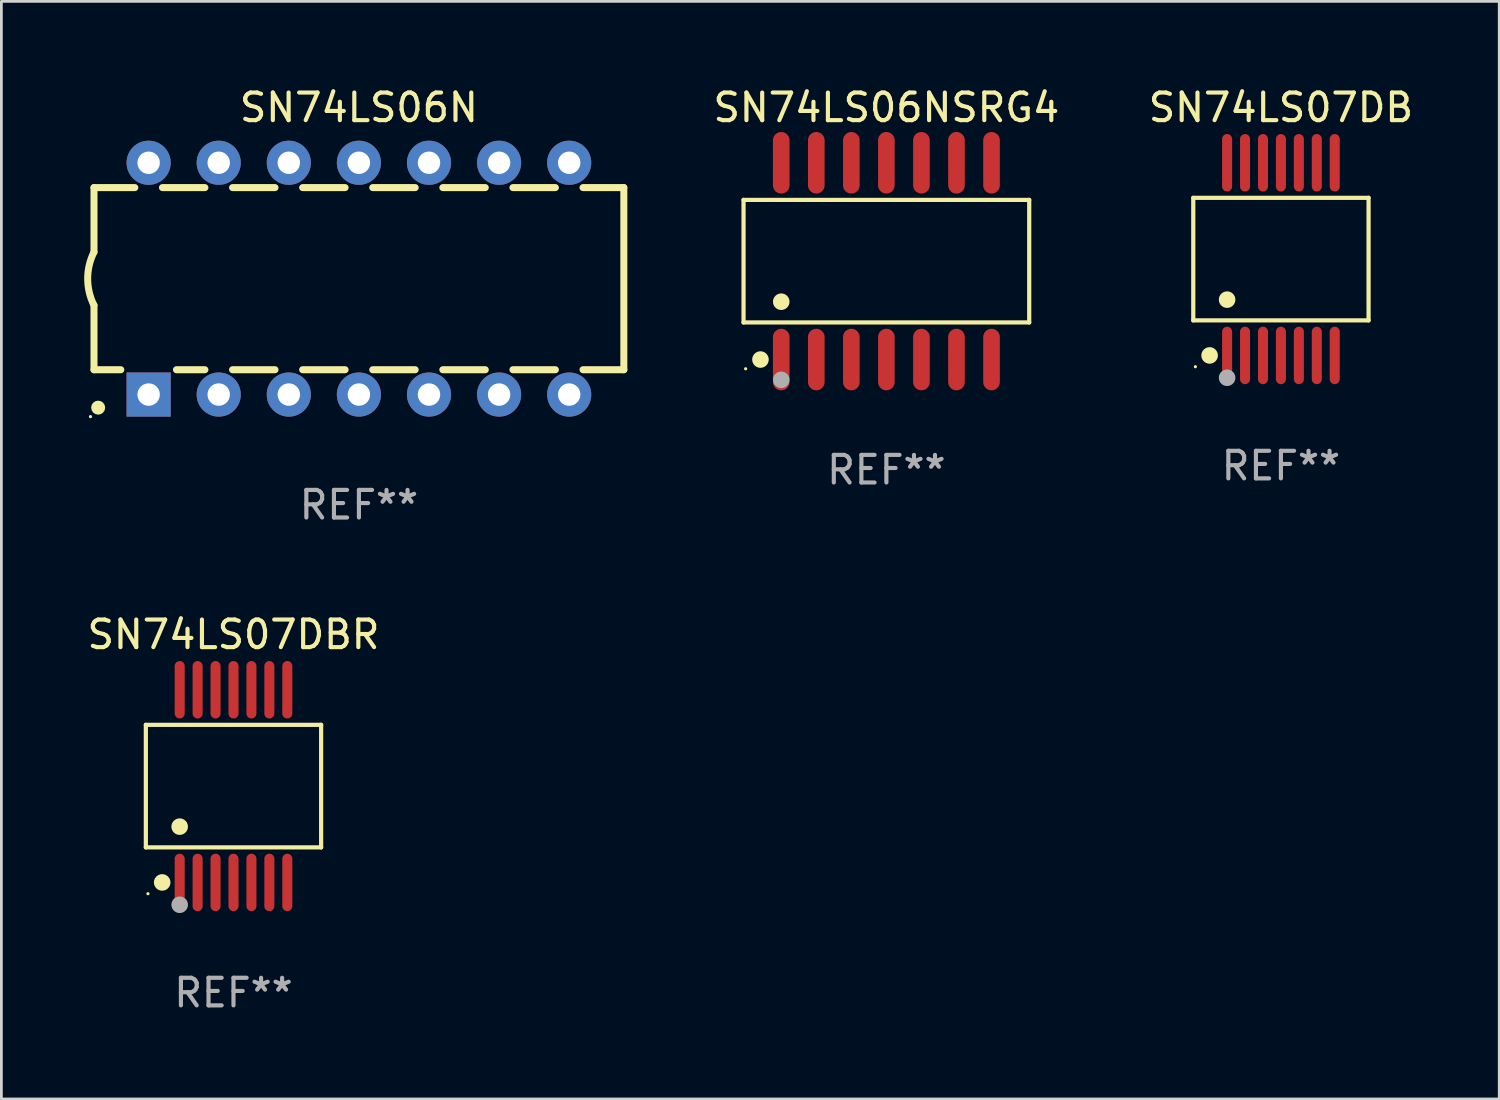
<source format=kicad_pcb>
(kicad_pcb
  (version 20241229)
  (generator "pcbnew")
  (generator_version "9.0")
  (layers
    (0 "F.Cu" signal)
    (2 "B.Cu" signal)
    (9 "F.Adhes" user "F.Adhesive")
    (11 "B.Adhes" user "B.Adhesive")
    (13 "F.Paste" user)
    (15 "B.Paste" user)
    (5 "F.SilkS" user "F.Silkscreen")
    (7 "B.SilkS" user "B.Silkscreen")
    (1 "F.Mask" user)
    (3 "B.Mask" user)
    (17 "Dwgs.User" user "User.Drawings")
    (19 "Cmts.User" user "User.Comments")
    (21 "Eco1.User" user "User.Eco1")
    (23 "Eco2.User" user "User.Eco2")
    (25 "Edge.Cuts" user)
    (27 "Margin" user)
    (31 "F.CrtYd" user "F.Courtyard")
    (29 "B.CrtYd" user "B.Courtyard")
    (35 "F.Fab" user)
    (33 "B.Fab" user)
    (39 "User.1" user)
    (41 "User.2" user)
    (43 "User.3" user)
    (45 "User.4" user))
  (footprint "SN74LS06NSRG4"
    (layer "F.Cu")
    (at 29.07 6.414)
    (property "Reference" "SN74LS06NSRG4" (at 0 -5.565 0) (layer "F.SilkS") (effects (font (size 1 1) (thickness 0.15))))
    (attr through_hole)
    (fp_line (start -5.176 -2.221) (end 5.176 -2.221) (stroke (width 0.152) (type solid)) (layer "F.SilkS"))
    (fp_line (start -5.176 2.221) (end -5.176 -2.221) (stroke (width 0.152) (type solid)) (layer "F.SilkS"))
    (fp_line (start 5.176 -2.221) (end 5.176 2.221) (stroke (width 0.152) (type solid)) (layer "F.SilkS"))
    (fp_line (start 5.176 2.221) (end -5.176 2.221) (stroke (width 0.152) (type solid)) (layer "F.SilkS"))
    (fp_circle (center -5.1 3.9) (end -5.07 3.9) (stroke (width 0.06) (type solid)) (fill no) (layer "F.SilkS"))
    (fp_circle (center -4.563 3.565) (end -4.413 3.565) (stroke (width 0.3) (type solid)) (fill no) (layer "F.SilkS"))
    (fp_circle (center -3.81 1.469) (end -3.66 1.469) (stroke (width 0.3) (type solid)) (fill no) (layer "F.SilkS"))
    (fp_circle (center -3.81 4.3) (end -3.66 4.3) (stroke (width 0.3) (type solid)) (fill no) (layer "F.Fab"))
    (fp_text user "REF**" (at 0 7.565 0) (layer "F.Fab") (effects (font (size 1 1) (thickness 0.15))))
    (pad "1" smd oval (at -3.81 3.565) (size 0.602 2.231) (layers "F.Cu" "F.Mask" "F.Paste"))
    (pad "2" smd oval (at -2.54 3.565) (size 0.602 2.231) (layers "F.Cu" "F.Mask" "F.Paste"))
    (pad "3" smd oval (at -1.27 3.565) (size 0.602 2.231) (layers "F.Cu" "F.Mask" "F.Paste"))
    (pad "4" smd oval (at 0 3.565) (size 0.602 2.231) (layers "F.Cu" "F.Mask" "F.Paste"))
    (pad "5" smd oval (at 1.27 3.565) (size 0.602 2.231) (layers "F.Cu" "F.Mask" "F.Paste"))
    (pad "6" smd oval (at 2.54 3.565) (size 0.602 2.231) (layers "F.Cu" "F.Mask" "F.Paste"))
    (pad "7" smd oval (at 3.81 3.565) (size 0.602 2.231) (layers "F.Cu" "F.Mask" "F.Paste"))
    (pad "8" smd oval (at 3.81 -3.565) (size 0.602 2.231) (layers "F.Cu" "F.Mask" "F.Paste"))
    (pad "9" smd oval (at 2.54 -3.565) (size 0.602 2.231) (layers "F.Cu" "F.Mask" "F.Paste"))
    (pad "10" smd oval (at 1.27 -3.565) (size 0.602 2.231) (layers "F.Cu" "F.Mask" "F.Paste"))
    (pad "11" smd oval (at 0 -3.565) (size 0.602 2.231) (layers "F.Cu" "F.Mask" "F.Paste"))
    (pad "12" smd oval (at -1.27 -3.565) (size 0.602 2.231) (layers "F.Cu" "F.Mask" "F.Paste"))
    (pad "13" smd oval (at -2.54 -3.565) (size 0.602 2.231) (layers "F.Cu" "F.Mask" "F.Paste"))
    (pad "14" smd oval (at -3.81 -3.565) (size 0.602 2.231) (layers "F.Cu" "F.Mask" "F.Paste")))
  (footprint "SN74LS06N"
    (layer "F.Cu")
    (at 9.956 7.048)
    (property "Reference" "SN74LS06N" (at 0 -6.2 0) (layer "F.SilkS") (effects (font (size 1 1) (thickness 0.15))))
    (attr through_hole)
    (fp_line (start -9.6 -3.3) (end -9.6 -0.965) (stroke (width 0.254) (type solid)) (layer "F.SilkS"))
    (fp_line (start -9.6 -3.3) (end -8.121 -3.3) (stroke (width 0.254) (type solid)) (layer "F.SilkS"))
    (fp_line (start -9.6 3.3) (end -9.6 0.965) (stroke (width 0.254) (type solid)) (layer "F.SilkS"))
    (fp_line (start -9.6 3.3) (end -8.628 3.3) (stroke (width 0.254) (type solid)) (layer "F.SilkS"))
    (fp_line (start -7.119 -3.3) (end -5.581 -3.3) (stroke (width 0.254) (type solid)) (layer "F.SilkS"))
    (fp_line (start -6.612 3.3) (end -5.581 3.3) (stroke (width 0.254) (type solid)) (layer "F.SilkS"))
    (fp_line (start -4.579 -3.3) (end -3.041 -3.3) (stroke (width 0.254) (type solid)) (layer "F.SilkS"))
    (fp_line (start -4.579 3.3) (end -3.041 3.3) (stroke (width 0.254) (type solid)) (layer "F.SilkS"))
    (fp_line (start -2.039 -3.3) (end -0.501 -3.3) (stroke (width 0.254) (type solid)) (layer "F.SilkS"))
    (fp_line (start -2.039 3.3) (end -0.501 3.3) (stroke (width 0.254) (type solid)) (layer "F.SilkS"))
    (fp_line (start 0.501 -3.3) (end 2.039 -3.3) (stroke (width 0.254) (type solid)) (layer "F.SilkS"))
    (fp_line (start 0.501 3.3) (end 2.039 3.3) (stroke (width 0.254) (type solid)) (layer "F.SilkS"))
    (fp_line (start 3.041 -3.3) (end 4.579 -3.3) (stroke (width 0.254) (type solid)) (layer "F.SilkS"))
    (fp_line (start 3.041 3.3) (end 4.579 3.3) (stroke (width 0.254) (type solid)) (layer "F.SilkS"))
    (fp_line (start 5.581 -3.3) (end 7.119 -3.3) (stroke (width 0.254) (type solid)) (layer "F.SilkS"))
    (fp_line (start 5.581 3.3) (end 7.119 3.3) (stroke (width 0.254) (type solid)) (layer "F.SilkS"))
    (fp_line (start 8.121 -3.3) (end 9.6 -3.3) (stroke (width 0.254) (type solid)) (layer "F.SilkS"))
    (fp_line (start 8.121 3.3) (end 9.6 3.3) (stroke (width 0.254) (type solid)) (layer "F.SilkS"))
    (fp_line (start 9.6 -3.3) (end 9.6 3.3) (stroke (width 0.254) (type solid)) (layer "F.SilkS"))
    (fp_arc (start -9.601219 0.965202) (mid -9.828641 -0.00004) (end -9.600025 -0.964999) (stroke (width 0.254001) (type solid)) (layer "F.SilkS"))
    (fp_circle (center -9.727 5) (end -9.697 5) (stroke (width 0.06) (type solid)) (fill no) (layer "F.SilkS"))
    (fp_circle (center -9.449 4.674) (end -9.322 4.674) (stroke (width 0.254) (type solid)) (fill no) (layer "F.SilkS"))
    (fp_text user "REF**" (at 0 8.2 0) (layer "F.Fab") (effects (font (size 1 1) (thickness 0.15))))
    (pad "1" thru_hole rect (at -7.62 4.2) (size 1.6 1.6) (drill 0.813) (layers "*.Cu" "*.Mask"))
    (pad "2" thru_hole circle (at -5.08 4.2) (size 1.6 1.6) (drill 0.813) (layers "*.Cu" "*.Mask"))
    (pad "3" thru_hole circle (at -2.54 4.2) (size 1.6 1.6) (drill 0.813) (layers "*.Cu" "*.Mask"))
    (pad "4" thru_hole circle (at 0 4.2) (size 1.6 1.6) (drill 0.813) (layers "*.Cu" "*.Mask"))
    (pad "5" thru_hole circle (at 2.54 4.2) (size 1.6 1.6) (drill 0.813) (layers "*.Cu" "*.Mask"))
    (pad "6" thru_hole circle (at 5.08 4.2) (size 1.6 1.6) (drill 0.813) (layers "*.Cu" "*.Mask"))
    (pad "7" thru_hole circle (at 7.62 4.2) (size 1.6 1.6) (drill 0.813) (layers "*.Cu" "*.Mask"))
    (pad "8" thru_hole circle (at 7.62 -4.2) (size 1.6 1.6) (drill 0.813) (layers "*.Cu" "*.Mask"))
    (pad "9" thru_hole circle (at 5.08 -4.2) (size 1.6 1.6) (drill 0.813) (layers "*.Cu" "*.Mask"))
    (pad "10" thru_hole circle (at 2.54 -4.2) (size 1.6 1.6) (drill 0.813) (layers "*.Cu" "*.Mask"))
    (pad "11" thru_hole circle (at 0 -4.2) (size 1.6 1.6) (drill 0.813) (layers "*.Cu" "*.Mask"))
    (pad "12" thru_hole circle (at -2.54 -4.2) (size 1.6 1.6) (drill 0.813) (layers "*.Cu" "*.Mask"))
    (pad "13" thru_hole circle (at -5.08 -4.2) (size 1.6 1.6) (drill 0.813) (layers "*.Cu" "*.Mask"))
    (pad "14" thru_hole circle (at -7.62 -4.2) (size 1.6 1.6) (drill 0.813) (layers "*.Cu" "*.Mask")))
  (footprint "SN74LS07DBR"
    (layer "F.Cu")
    (at 5.411 25.436)
    (property "Reference" "SN74LS07DBR" (at 0 -5.491 0) (layer "F.SilkS") (effects (font (size 1 1) (thickness 0.15))))
    (attr through_hole)
    (fp_line (start -3.176 -2.221) (end 3.176 -2.221) (stroke (width 0.152) (type solid)) (layer "F.SilkS"))
    (fp_line (start -3.176 2.221) (end -3.176 -2.221) (stroke (width 0.152) (type solid)) (layer "F.SilkS"))
    (fp_line (start 3.176 -2.221) (end 3.176 2.221) (stroke (width 0.152) (type solid)) (layer "F.SilkS"))
    (fp_line (start 3.176 2.221) (end -3.176 2.221) (stroke (width 0.152) (type solid)) (layer "F.SilkS"))
    (fp_circle (center -3.1 3.9) (end -3.07 3.9) (stroke (width 0.06) (type solid)) (fill no) (layer "F.SilkS"))
    (fp_circle (center -2.584 3.491) (end -2.434 3.491) (stroke (width 0.3) (type solid)) (fill no) (layer "F.SilkS"))
    (fp_circle (center -1.95 1.469) (end -1.8 1.469) (stroke (width 0.3) (type solid)) (fill no) (layer "F.SilkS"))
    (fp_circle (center -1.95 4.3) (end -1.8 4.3) (stroke (width 0.3) (type solid)) (fill no) (layer "F.Fab"))
    (fp_text user "REF**" (at 0 7.491 0) (layer "F.Fab") (effects (font (size 1 1) (thickness 0.15))))
    (pad "1" smd oval (at -1.95 3.491) (size 0.364 2.082) (layers "F.Cu" "F.Mask" "F.Paste"))
    (pad "2" smd oval (at -1.3 3.491) (size 0.364 2.082) (layers "F.Cu" "F.Mask" "F.Paste"))
    (pad "3" smd oval (at -0.65 3.491) (size 0.364 2.082) (layers "F.Cu" "F.Mask" "F.Paste"))
    (pad "4" smd oval (at 0 3.491) (size 0.364 2.082) (layers "F.Cu" "F.Mask" "F.Paste"))
    (pad "5" smd oval (at 0.65 3.491) (size 0.364 2.082) (layers "F.Cu" "F.Mask" "F.Paste"))
    (pad "6" smd oval (at 1.3 3.491) (size 0.364 2.082) (layers "F.Cu" "F.Mask" "F.Paste"))
    (pad "7" smd oval (at 1.95 3.491) (size 0.364 2.082) (layers "F.Cu" "F.Mask" "F.Paste"))
    (pad "8" smd oval (at 1.95 -3.491) (size 0.364 2.082) (layers "F.Cu" "F.Mask" "F.Paste"))
    (pad "9" smd oval (at 1.3 -3.491) (size 0.364 2.082) (layers "F.Cu" "F.Mask" "F.Paste"))
    (pad "10" smd oval (at 0.65 -3.491) (size 0.364 2.082) (layers "F.Cu" "F.Mask" "F.Paste"))
    (pad "11" smd oval (at 0 -3.491) (size 0.364 2.082) (layers "F.Cu" "F.Mask" "F.Paste"))
    (pad "12" smd oval (at -0.65 -3.491) (size 0.364 2.082) (layers "F.Cu" "F.Mask" "F.Paste"))
    (pad "13" smd oval (at -1.3 -3.491) (size 0.364 2.082) (layers "F.Cu" "F.Mask" "F.Paste"))
    (pad "14" smd oval (at -1.95 -3.491) (size 0.364 2.082) (layers "F.Cu" "F.Mask" "F.Paste")))
  (footprint "SN74LS07DB"
    (layer "F.Cu")
    (at 43.367 6.339)
    (property "Reference" "SN74LS07DB" (at 0 -5.491 0) (layer "F.SilkS") (effects (font (size 1 1) (thickness 0.15))))
    (attr through_hole)
    (fp_line (start -3.176 -2.221) (end 3.176 -2.221) (stroke (width 0.152) (type solid)) (layer "F.SilkS"))
    (fp_line (start -3.176 2.221) (end -3.176 -2.221) (stroke (width 0.152) (type solid)) (layer "F.SilkS"))
    (fp_line (start 3.176 -2.221) (end 3.176 2.221) (stroke (width 0.152) (type solid)) (layer "F.SilkS"))
    (fp_line (start 3.176 2.221) (end -3.176 2.221) (stroke (width 0.152) (type solid)) (layer "F.SilkS"))
    (fp_circle (center -3.1 3.9) (end -3.07 3.9) (stroke (width 0.06) (type solid)) (fill no) (layer "F.SilkS"))
    (fp_circle (center -2.584 3.491) (end -2.434 3.491) (stroke (width 0.3) (type solid)) (fill no) (layer "F.SilkS"))
    (fp_circle (center -1.95 1.469) (end -1.8 1.469) (stroke (width 0.3) (type solid)) (fill no) (layer "F.SilkS"))
    (fp_circle (center -1.95 4.3) (end -1.8 4.3) (stroke (width 0.3) (type solid)) (fill no) (layer "F.Fab"))
    (fp_text user "REF**" (at 0 7.491 0) (layer "F.Fab") (effects (font (size 1 1) (thickness 0.15))))
    (pad "1" smd oval (at -1.95 3.491) (size 0.364 2.082) (layers "F.Cu" "F.Mask" "F.Paste"))
    (pad "2" smd oval (at -1.3 3.491) (size 0.364 2.082) (layers "F.Cu" "F.Mask" "F.Paste"))
    (pad "3" smd oval (at -0.65 3.491) (size 0.364 2.082) (layers "F.Cu" "F.Mask" "F.Paste"))
    (pad "4" smd oval (at 0 3.491) (size 0.364 2.082) (layers "F.Cu" "F.Mask" "F.Paste"))
    (pad "5" smd oval (at 0.65 3.491) (size 0.364 2.082) (layers "F.Cu" "F.Mask" "F.Paste"))
    (pad "6" smd oval (at 1.3 3.491) (size 0.364 2.082) (layers "F.Cu" "F.Mask" "F.Paste"))
    (pad "7" smd oval (at 1.95 3.491) (size 0.364 2.082) (layers "F.Cu" "F.Mask" "F.Paste"))
    (pad "8" smd oval (at 1.95 -3.491) (size 0.364 2.082) (layers "F.Cu" "F.Mask" "F.Paste"))
    (pad "9" smd oval (at 1.3 -3.491) (size 0.364 2.082) (layers "F.Cu" "F.Mask" "F.Paste"))
    (pad "10" smd oval (at 0.65 -3.491) (size 0.364 2.082) (layers "F.Cu" "F.Mask" "F.Paste"))
    (pad "11" smd oval (at 0 -3.491) (size 0.364 2.082) (layers "F.Cu" "F.Mask" "F.Paste"))
    (pad "12" smd oval (at -0.65 -3.491) (size 0.364 2.082) (layers "F.Cu" "F.Mask" "F.Paste"))
    (pad "13" smd oval (at -1.3 -3.491) (size 0.364 2.082) (layers "F.Cu" "F.Mask" "F.Paste"))
    (pad "14" smd oval (at -1.95 -3.491) (size 0.364 2.082) (layers "F.Cu" "F.Mask" "F.Paste")))
  (gr_rect
    (start -3 -3)
    (end 51.278 36.775)
    (stroke (width 0.1) (type default))
    (fill no)
    (layer "Edge.Cuts")))
</source>
